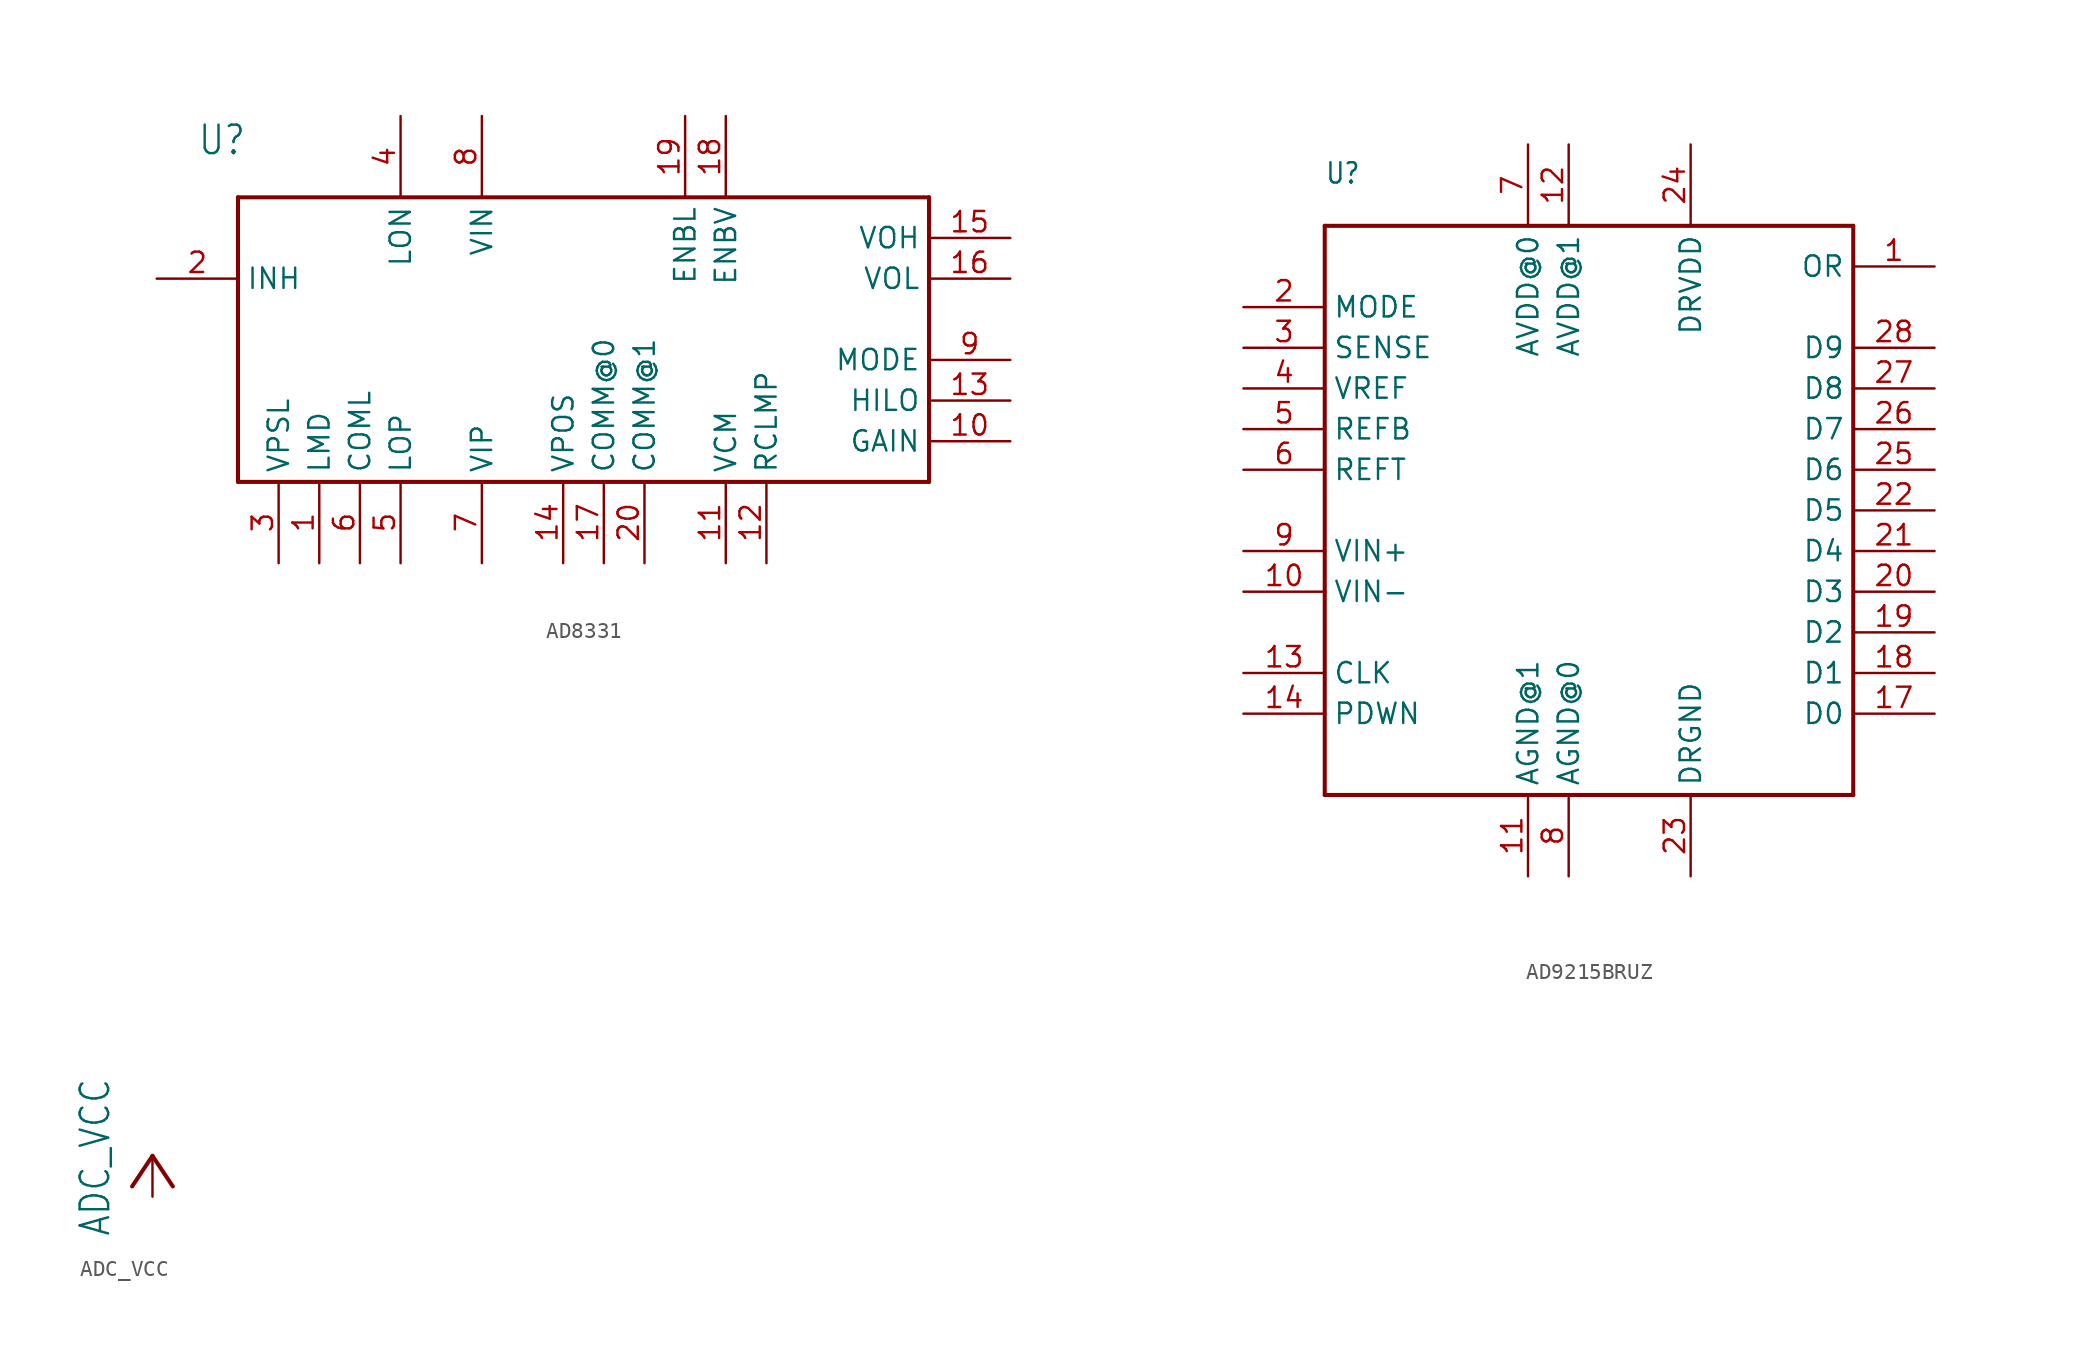
<source format=kicad_sym>
(kicad_symbol_lib
  (version 20220914)
  (generator kicad_symbol_editor)
  (symbol "AD8331"
    (property "Reference" "U"
      (at -2.54 20.32 0)
      (effects (font (size 1.778 1.511)) (justify left bottom)))
    (property "Value" ""
      (at 38.1 -5.08 0)
      (effects (font (size 1.778 1.511)) (justify left bottom)))
    (property "ki_locked" ""
      (at 0 0 0)
      (effects (font (size 1.27 1.27))))
    (symbol "AD8331_1_0"
      (polyline (pts (xy 0 0) (xy 0 17.78)) (stroke (width 0.254) (type solid)) (fill (type none)))
      (polyline (pts (xy 0 17.78) (xy 43.18 17.78)) (stroke (width 0.254) (type solid)) (fill (type none)))
      (polyline (pts (xy 43.18 0) (xy 0 0)) (stroke (width 0.254) (type solid)) (fill (type none)))
      (polyline (pts (xy 43.18 17.78) (xy 43.18 0)) (stroke (width 0.254) (type solid)) (fill (type none)))
      (pin bidirectional line (at 5.08 -5.08 90) (length 5.08) (name "LMD" (effects (font (size 1.27 1.27)))) (number "1" (effects (font (size 1.27 1.27)))))
      (pin bidirectional line (at 48.26 2.54 180) (length 5.08) (name "GAIN" (effects (font (size 1.27 1.27)))) (number "10" (effects (font (size 1.27 1.27)))))
      (pin bidirectional line (at 30.48 -5.08 90) (length 5.08) (name "VCM" (effects (font (size 1.27 1.27)))) (number "11" (effects (font (size 1.27 1.27)))))
      (pin bidirectional line (at 33.02 -5.08 90) (length 5.08) (name "RCLMP" (effects (font (size 1.27 1.27)))) (number "12" (effects (font (size 1.27 1.27)))))
      (pin bidirectional line (at 48.26 5.08 180) (length 5.08) (name "HILO" (effects (font (size 1.27 1.27)))) (number "13" (effects (font (size 1.27 1.27)))))
      (pin bidirectional line (at 20.32 -5.08 90) (length 5.08) (name "VPOS" (effects (font (size 1.27 1.27)))) (number "14" (effects (font (size 1.27 1.27)))))
      (pin bidirectional line (at 48.26 15.24 180) (length 5.08) (name "VOH" (effects (font (size 1.27 1.27)))) (number "15" (effects (font (size 1.27 1.27)))))
      (pin bidirectional line (at 48.26 12.7 180) (length 5.08) (name "VOL" (effects (font (size 1.27 1.27)))) (number "16" (effects (font (size 1.27 1.27)))))
      (pin bidirectional line (at 22.86 -5.08 90) (length 5.08) (name "COMM@0" (effects (font (size 1.27 1.27)))) (number "17" (effects (font (size 1.27 1.27)))))
      (pin bidirectional line (at 30.48 22.86 270) (length 5.08) (name "ENBV" (effects (font (size 1.27 1.27)))) (number "18" (effects (font (size 1.27 1.27)))))
      (pin bidirectional line (at 27.94 22.86 270) (length 5.08) (name "ENBL" (effects (font (size 1.27 1.27)))) (number "19" (effects (font (size 1.27 1.27)))))
      (pin bidirectional line (at -5.08 12.7 0) (length 5.08) (name "INH" (effects (font (size 1.27 1.27)))) (number "2" (effects (font (size 1.27 1.27)))))
      (pin bidirectional line (at 25.4 -5.08 90) (length 5.08) (name "COMM@1" (effects (font (size 1.27 1.27)))) (number "20" (effects (font (size 1.27 1.27)))))
      (pin bidirectional line (at 2.54 -5.08 90) (length 5.08) (name "VPSL" (effects (font (size 1.27 1.27)))) (number "3" (effects (font (size 1.27 1.27)))))
      (pin bidirectional line (at 10.16 22.86 270) (length 5.08) (name "LON" (effects (font (size 1.27 1.27)))) (number "4" (effects (font (size 1.27 1.27)))))
      (pin bidirectional line (at 10.16 -5.08 90) (length 5.08) (name "LOP" (effects (font (size 1.27 1.27)))) (number "5" (effects (font (size 1.27 1.27)))))
      (pin bidirectional line (at 7.62 -5.08 90) (length 5.08) (name "COML" (effects (font (size 1.27 1.27)))) (number "6" (effects (font (size 1.27 1.27)))))
      (pin bidirectional line (at 15.24 -5.08 90) (length 5.08) (name "VIP" (effects (font (size 1.27 1.27)))) (number "7" (effects (font (size 1.27 1.27)))))
      (pin bidirectional line (at 15.24 22.86 270) (length 5.08) (name "VIN" (effects (font (size 1.27 1.27)))) (number "8" (effects (font (size 1.27 1.27)))))
      (pin bidirectional line (at 48.26 7.62 180) (length 5.08) (name "MODE" (effects (font (size 1.27 1.27)))) (number "9" (effects (font (size 1.27 1.27)))))))
  (symbol "AD9215BRUZ"
    (property "Reference" "U"
      (at -10.16 27.94 0)
      (effects (font (size 1.27 1.079)) (justify left bottom)))
    (property "Value" ""
      (at -10.16 -12.7 0)
      (effects (font (size 1.27 1.079)) (justify left bottom)))
    (property "ki_locked" ""
      (at 0 0 0)
      (effects (font (size 1.27 1.27))))
    (symbol "AD9215BRUZ_1_0"
      (polyline (pts (xy -10.16 -10.16) (xy 22.86 -10.16)) (stroke (width 0.254) (type solid)) (fill (type none)))
      (polyline (pts (xy -10.16 25.4) (xy -10.16 -10.16)) (stroke (width 0.254) (type solid)) (fill (type none)))
      (polyline (pts (xy 22.86 -10.16) (xy 22.86 25.4)) (stroke (width 0.254) (type solid)) (fill (type none)))
      (polyline (pts (xy 22.86 25.4) (xy -10.16 25.4)) (stroke (width 0.254) (type solid)) (fill (type none)))
      (pin bidirectional line (at 27.94 22.86 180) (length 5.08) (name "OR" (effects (font (size 1.27 1.27)))) (number "1" (effects (font (size 1.27 1.27)))))
      (pin bidirectional line (at -15.24 2.54 0) (length 5.08) (name "VIN-" (effects (font (size 1.27 1.27)))) (number "10" (effects (font (size 1.27 1.27)))))
      (pin bidirectional line (at 2.54 -15.24 90) (length 5.08) (name "AGND@1" (effects (font (size 1.27 1.27)))) (number "11" (effects (font (size 1.27 1.27)))))
      (pin bidirectional line (at 5.08 30.48 270) (length 5.08) (name "AVDD@1" (effects (font (size 1.27 1.27)))) (number "12" (effects (font (size 1.27 1.27)))))
      (pin bidirectional line (at -15.24 -2.54 0) (length 5.08) (name "CLK" (effects (font (size 1.27 1.27)))) (number "13" (effects (font (size 1.27 1.27)))))
      (pin bidirectional line (at -15.24 -5.08 0) (length 5.08) (name "PDWN" (effects (font (size 1.27 1.27)))) (number "14" (effects (font (size 1.27 1.27)))))
      (pin bidirectional line (at 27.94 -5.08 180) (length 5.08) (name "D0" (effects (font (size 1.27 1.27)))) (number "17" (effects (font (size 1.27 1.27)))))
      (pin bidirectional line (at 27.94 -2.54 180) (length 5.08) (name "D1" (effects (font (size 1.27 1.27)))) (number "18" (effects (font (size 1.27 1.27)))))
      (pin bidirectional line (at 27.94 0 180) (length 5.08) (name "D2" (effects (font (size 1.27 1.27)))) (number "19" (effects (font (size 1.27 1.27)))))
      (pin bidirectional line (at -15.24 20.32 0) (length 5.08) (name "MODE" (effects (font (size 1.27 1.27)))) (number "2" (effects (font (size 1.27 1.27)))))
      (pin bidirectional line (at 27.94 2.54 180) (length 5.08) (name "D3" (effects (font (size 1.27 1.27)))) (number "20" (effects (font (size 1.27 1.27)))))
      (pin bidirectional line (at 27.94 5.08 180) (length 5.08) (name "D4" (effects (font (size 1.27 1.27)))) (number "21" (effects (font (size 1.27 1.27)))))
      (pin bidirectional line (at 27.94 7.62 180) (length 5.08) (name "D5" (effects (font (size 1.27 1.27)))) (number "22" (effects (font (size 1.27 1.27)))))
      (pin bidirectional line (at 12.7 -15.24 90) (length 5.08) (name "DRGND" (effects (font (size 1.27 1.27)))) (number "23" (effects (font (size 1.27 1.27)))))
      (pin bidirectional line (at 12.7 30.48 270) (length 5.08) (name "DRVDD" (effects (font (size 1.27 1.27)))) (number "24" (effects (font (size 1.27 1.27)))))
      (pin bidirectional line (at 27.94 10.16 180) (length 5.08) (name "D6" (effects (font (size 1.27 1.27)))) (number "25" (effects (font (size 1.27 1.27)))))
      (pin bidirectional line (at 27.94 12.7 180) (length 5.08) (name "D7" (effects (font (size 1.27 1.27)))) (number "26" (effects (font (size 1.27 1.27)))))
      (pin bidirectional line (at 27.94 15.24 180) (length 5.08) (name "D8" (effects (font (size 1.27 1.27)))) (number "27" (effects (font (size 1.27 1.27)))))
      (pin bidirectional line (at 27.94 17.78 180) (length 5.08) (name "D9" (effects (font (size 1.27 1.27)))) (number "28" (effects (font (size 1.27 1.27)))))
      (pin bidirectional line (at -15.24 17.78 0) (length 5.08) (name "SENSE" (effects (font (size 1.27 1.27)))) (number "3" (effects (font (size 1.27 1.27)))))
      (pin bidirectional line (at -15.24 15.24 0) (length 5.08) (name "VREF" (effects (font (size 1.27 1.27)))) (number "4" (effects (font (size 1.27 1.27)))))
      (pin bidirectional line (at -15.24 12.7 0) (length 5.08) (name "REFB" (effects (font (size 1.27 1.27)))) (number "5" (effects (font (size 1.27 1.27)))))
      (pin bidirectional line (at -15.24 10.16 0) (length 5.08) (name "REFT" (effects (font (size 1.27 1.27)))) (number "6" (effects (font (size 1.27 1.27)))))
      (pin bidirectional line (at 2.54 30.48 270) (length 5.08) (name "AVDD@0" (effects (font (size 1.27 1.27)))) (number "7" (effects (font (size 1.27 1.27)))))
      (pin bidirectional line (at 5.08 -15.24 90) (length 5.08) (name "AGND@0" (effects (font (size 1.27 1.27)))) (number "8" (effects (font (size 1.27 1.27)))))
      (pin bidirectional line (at -15.24 5.08 0) (length 5.08) (name "VIN+" (effects (font (size 1.27 1.27)))) (number "9" (effects (font (size 1.27 1.27)))))))
  (symbol "ADC_VCC"
    (power)
    (property "Reference" ""
      (at 0 0 0)
      (effects (font (size 1.27 1.27)) hide))
    (property "Value" "ADC_VCC"
      (at -2.54 -2.54 90)
      (effects (font (size 1.778 1.511)) (justify left bottom)))
    (property "ki_locked" ""
      (at 0 0 0)
      (effects (font (size 1.27 1.27))))
    (symbol "ADC_VCC_1_0"
      (polyline (pts (xy 0 2.54) (xy -1.27 0.635)) (stroke (width 0.254) (type solid)) (fill (type none)))
      (polyline (pts (xy 1.27 0.635) (xy 0 2.54)) (stroke (width 0.254) (type solid)) (fill (type none)))
      (pin power_in line (at 0 0 90) (length 2.54) (name "ADC_VCC" (effects (font (size 0 0)))) (number "1" (effects (font (size 0 0))))))))
</source>
